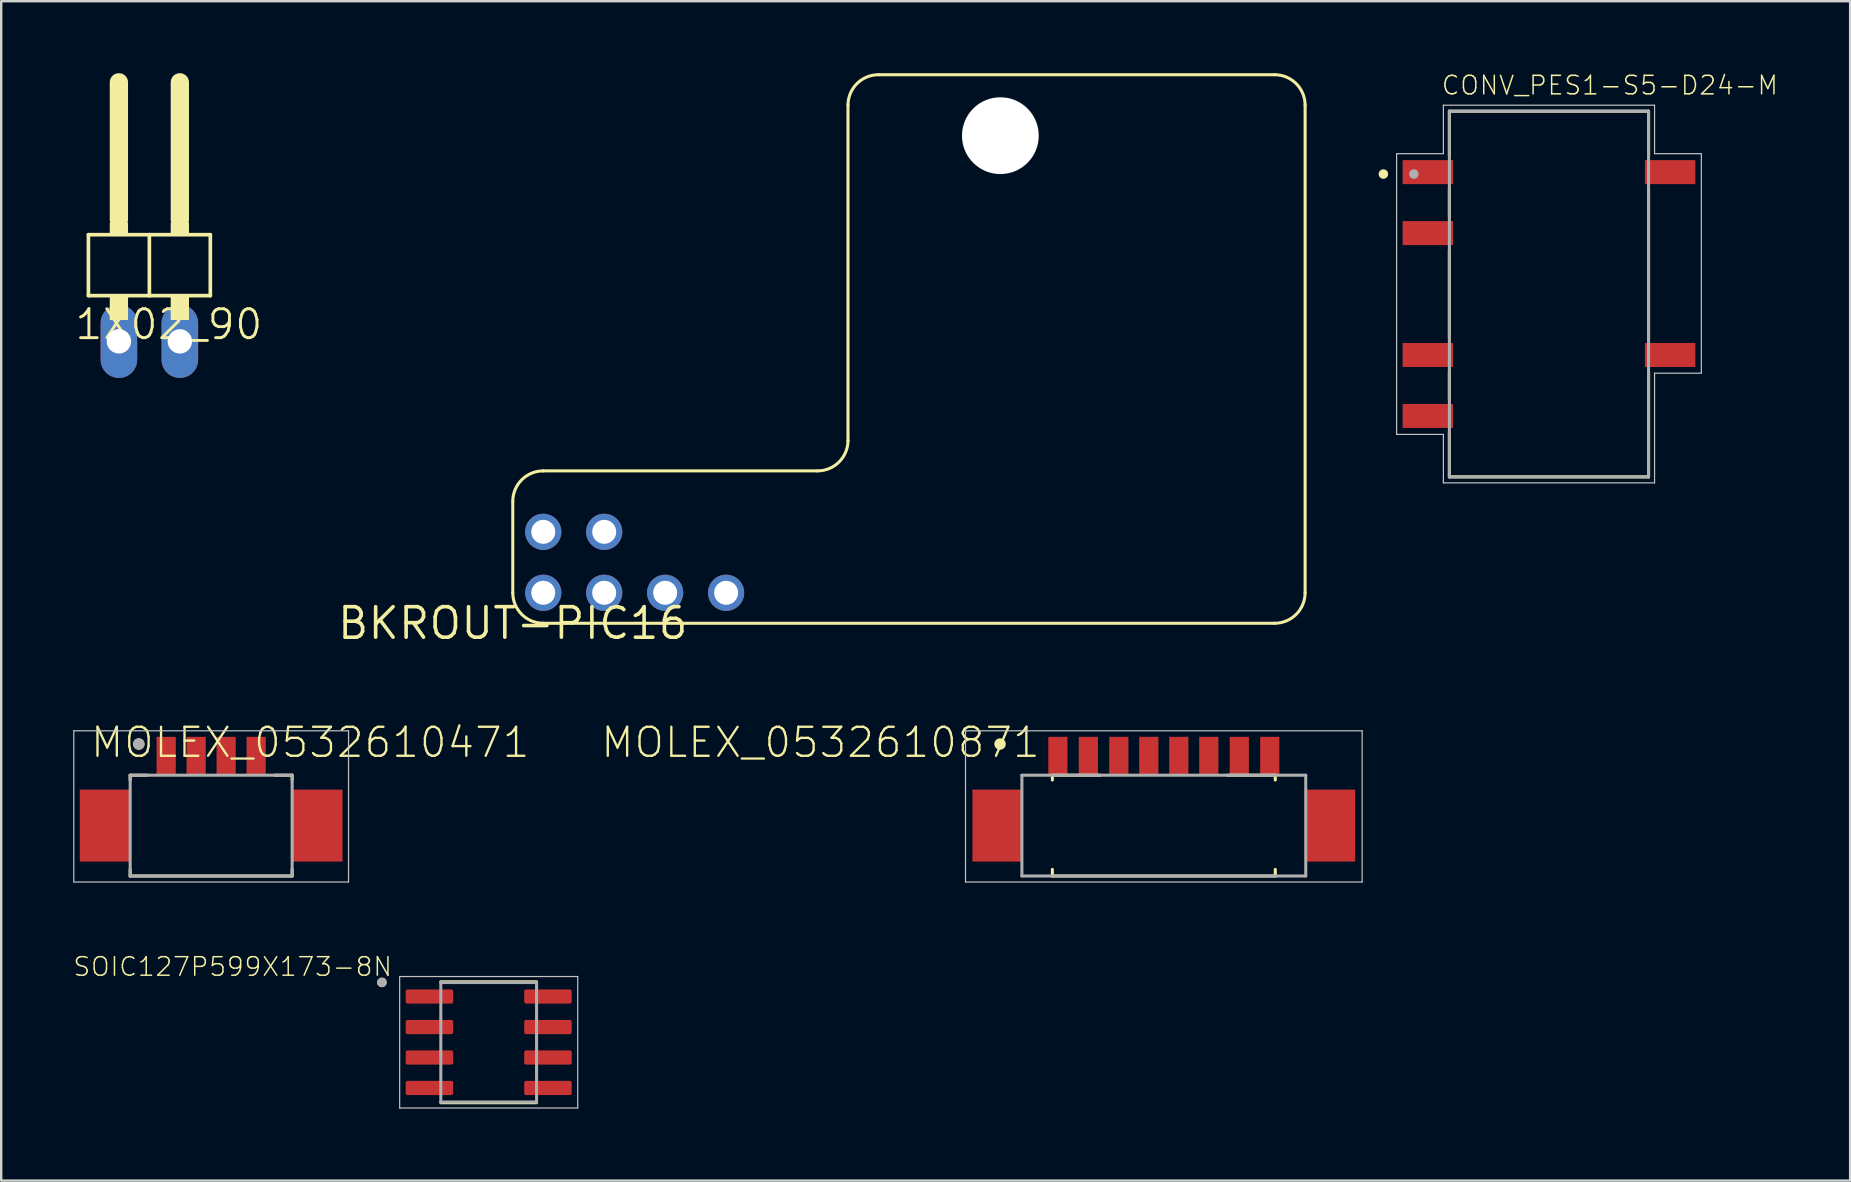
<source format=kicad_pcb>
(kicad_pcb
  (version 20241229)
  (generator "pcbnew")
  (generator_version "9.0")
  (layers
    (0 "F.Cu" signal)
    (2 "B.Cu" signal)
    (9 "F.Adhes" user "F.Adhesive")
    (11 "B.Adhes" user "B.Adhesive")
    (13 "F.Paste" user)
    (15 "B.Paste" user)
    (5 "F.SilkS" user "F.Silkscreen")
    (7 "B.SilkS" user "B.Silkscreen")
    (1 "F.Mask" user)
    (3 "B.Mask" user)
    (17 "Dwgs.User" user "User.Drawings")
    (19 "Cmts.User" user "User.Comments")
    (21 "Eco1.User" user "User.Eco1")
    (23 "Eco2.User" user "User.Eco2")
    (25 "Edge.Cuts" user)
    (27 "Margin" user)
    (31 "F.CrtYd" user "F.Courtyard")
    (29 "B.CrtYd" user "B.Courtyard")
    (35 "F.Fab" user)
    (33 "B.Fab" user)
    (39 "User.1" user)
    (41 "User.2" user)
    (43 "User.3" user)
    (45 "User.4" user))
  (footprint "MOLEX_0532610871"
    (layer "F.Cu")
    (at 45.452 28.457)
    (property "Reference" "MOLEX_0532610871" (at -5.089 -1.272 180) (layer "F.SilkS") (effects (font (size 1.209 1.209) (thickness 0.097)) (justify right top)))
    (attr through_hole)
    (fp_line (start -4.645 0.8) (end -4.645 1) (stroke (width 0.127) (type solid)) (layer "F.SilkS"))
    (fp_line (start -4.645 5) (end -4.645 4.725) (stroke (width 0.127) (type solid)) (layer "F.SilkS"))
    (fp_line (start -4.645 5) (end 4.645 5) (stroke (width 0.127) (type solid)) (layer "F.SilkS"))
    (fp_line (start -2.65 0.8) (end -4.645 0.8) (stroke (width 0.127) (type solid)) (layer "F.SilkS"))
    (fp_line (start 2.65 0.8) (end 4.645 0.8) (stroke (width 0.127) (type solid)) (layer "F.SilkS"))
    (fp_line (start 4.645 0.8) (end 4.645 1) (stroke (width 0.127) (type solid)) (layer "F.SilkS"))
    (fp_line (start 4.645 5) (end 4.645 4.725) (stroke (width 0.127) (type solid)) (layer "F.SilkS"))
    (fp_circle (center -6.825 -0.5) (end -6.705 -0.5) (stroke (width 0.24) (type solid)) (fill no) (layer "F.SilkS"))
    (fp_line (start -8.265 -1.05) (end 8.265 -1.05) (stroke (width 0.05) (type solid)) (layer "Dwgs.User"))
    (fp_line (start -8.265 5.25) (end -8.265 -1.05) (stroke (width 0.05) (type solid)) (layer "Dwgs.User"))
    (fp_line (start 8.265 -1.05) (end 8.265 5.25) (stroke (width 0.05) (type solid)) (layer "Dwgs.User"))
    (fp_line (start 8.265 5.25) (end -8.265 5.25) (stroke (width 0.05) (type solid)) (layer "Dwgs.User"))
    (fp_line (start -5.915 0.8) (end 5.915 0.8) (stroke (width 0.127) (type solid)) (layer "F.Fab"))
    (fp_line (start -5.915 5) (end -5.915 0.8) (stroke (width 0.127) (type solid)) (layer "F.Fab"))
    (fp_line (start -5.915 5) (end 5.915 5) (stroke (width 0.127) (type solid)) (layer "F.Fab"))
    (fp_line (start 5.915 0.8) (end 5.915 5) (stroke (width 0.127) (type solid)) (layer "F.Fab"))
    (pad "1" smd rect (at -4.415 0) (size 0.8 1.6) (layers "F.Cu" "F.Mask" "F.Paste"))
    (pad "2" smd rect (at -3.145 0) (size 0.8 1.6) (layers "F.Cu" "F.Mask" "F.Paste"))
    (pad "3" smd rect (at -1.875 0) (size 0.8 1.6) (layers "F.Cu" "F.Mask" "F.Paste"))
    (pad "4" smd rect (at -0.625 0) (size 0.8 1.6) (layers "F.Cu" "F.Mask" "F.Paste"))
    (pad "5" smd rect (at 0.625 0) (size 0.8 1.6) (layers "F.Cu" "F.Mask" "F.Paste"))
    (pad "6" smd rect (at 1.875 0) (size 0.8 1.6) (layers "F.Cu" "F.Mask" "F.Paste"))
    (pad "7" smd rect (at 3.145 0) (size 0.8 1.6) (layers "F.Cu" "F.Mask" "F.Paste"))
    (pad "8" smd rect (at 4.415 0) (size 0.8 1.6) (layers "F.Cu" "F.Mask" "F.Paste"))
    (pad "S1" smd rect (at -6.925 2.9) (size 2.1 3) (layers "F.Cu" "F.Mask" "F.Paste"))
    (pad "S2" smd rect (at 6.925 2.9) (size 2.1 3) (layers "F.Cu" "F.Mask" "F.Paste")))
  (footprint "CONV_PES1-S5-D24-M"
    (layer "F.Cu")
    (at 61.503 9.204)
    (property "Reference" "CONV_PES1-S5-D24-M" (at -4.525 -8.246 0) (layer "F.SilkS") (effects (font (size 0.772 0.772) (thickness 0.062)) (justify left bottom)))
    (attr through_hole)
    (fp_line (start -4.15 -7.62) (end -4.15 -5.76) (stroke (width 0.127) (type solid)) (layer "F.SilkS"))
    (fp_line (start -4.15 -7.62) (end 4.15 -7.62) (stroke (width 0.127) (type solid)) (layer "F.SilkS"))
    (fp_line (start -4.15 -4.4) (end -4.15 -3.22) (stroke (width 0.127) (type solid)) (layer "F.SilkS"))
    (fp_line (start -4.15 -1.85) (end -4.15 1.85) (stroke (width 0.127) (type solid)) (layer "F.SilkS"))
    (fp_line (start -4.15 3.22) (end -4.15 4.4) (stroke (width 0.127) (type solid)) (layer "F.SilkS"))
    (fp_line (start -4.15 5.77) (end -4.15 7.62) (stroke (width 0.127) (type solid)) (layer "F.SilkS"))
    (fp_line (start 4.15 -7.62) (end 4.15 -5.76) (stroke (width 0.127) (type solid)) (layer "F.SilkS"))
    (fp_line (start 4.15 1.85) (end 4.15 -4.4) (stroke (width 0.127) (type solid)) (layer "F.SilkS"))
    (fp_line (start 4.15 7.62) (end -4.15 7.62) (stroke (width 0.127) (type solid)) (layer "F.SilkS"))
    (fp_line (start 4.15 7.62) (end 4.15 3.22) (stroke (width 0.127) (type solid)) (layer "F.SilkS"))
    (fp_circle (center -6.9 -5) (end -6.8 -5) (stroke (width 0.2) (type solid)) (fill no) (layer "F.SilkS"))
    (fp_line (start -6.35 -5.85) (end -4.4 -5.85) (stroke (width 0.05) (type solid)) (layer "Dwgs.User"))
    (fp_line (start -6.35 5.85) (end -6.35 -5.85) (stroke (width 0.05) (type solid)) (layer "Dwgs.User"))
    (fp_line (start -4.4 -7.87) (end 4.4 -7.87) (stroke (width 0.05) (type solid)) (layer "Dwgs.User"))
    (fp_line (start -4.4 -5.85) (end -4.4 -7.87) (stroke (width 0.05) (type solid)) (layer "Dwgs.User"))
    (fp_line (start -4.4 5.85) (end -6.35 5.85) (stroke (width 0.05) (type solid)) (layer "Dwgs.User"))
    (fp_line (start -4.4 7.87) (end -4.4 5.85) (stroke (width 0.05) (type solid)) (layer "Dwgs.User"))
    (fp_line (start 4.4 -7.87) (end 4.4 -5.85) (stroke (width 0.05) (type solid)) (layer "Dwgs.User"))
    (fp_line (start 4.4 -5.85) (end 6.35 -5.85) (stroke (width 0.05) (type solid)) (layer "Dwgs.User"))
    (fp_line (start 4.4 3.3) (end 4.4 7.87) (stroke (width 0.05) (type solid)) (layer "Dwgs.User"))
    (fp_line (start 4.4 7.87) (end -4.4 7.87) (stroke (width 0.05) (type solid)) (layer "Dwgs.User"))
    (fp_line (start 6.35 -5.85) (end 6.35 3.3) (stroke (width 0.05) (type solid)) (layer "Dwgs.User"))
    (fp_line (start 6.35 3.3) (end 4.4 3.3) (stroke (width 0.05) (type solid)) (layer "Dwgs.User"))
    (fp_line (start -4.15 -7.62) (end 4.15 -7.62) (stroke (width 0.127) (type solid)) (layer "F.Fab"))
    (fp_line (start -4.15 7.62) (end -4.15 -7.62) (stroke (width 0.127) (type solid)) (layer "F.Fab"))
    (fp_line (start 4.15 -7.62) (end 4.15 7.62) (stroke (width 0.127) (type solid)) (layer "F.Fab"))
    (fp_line (start 4.15 7.62) (end -4.15 7.62) (stroke (width 0.127) (type solid)) (layer "F.Fab"))
    (fp_circle (center -5.63 -5) (end -5.53 -5) (stroke (width 0.2) (type solid)) (fill no) (layer "F.Fab"))
    (pad "1" smd rect (at -5.05 -5.08) (size 2.1 1) (layers "F.Cu" "F.Mask" "F.Paste"))
    (pad "2" smd rect (at -5.05 -2.54) (size 2.1 1) (layers "F.Cu" "F.Mask" "F.Paste"))
    (pad "4" smd rect (at -5.05 2.54) (size 2.1 1) (layers "F.Cu" "F.Mask" "F.Paste"))
    (pad "5" smd rect (at -5.05 5.08) (size 2.1 1) (layers "F.Cu" "F.Mask" "F.Paste"))
    (pad "7" smd rect (at 5.05 2.54) (size 2.1 1) (layers "F.Cu" "F.Mask" "F.Paste"))
    (pad "10" smd rect (at 5.05 -5.08) (size 2.1 1) (layers "F.Cu" "F.Mask" "F.Paste")))
  (footprint "BKROUT-PIC16"
    (layer "F.Cu")
    (at 18.32 22.924)
    (property "Reference" "BKROUT-PIC16" (at 0 0 0) (layer "F.SilkS") (effects (font (size 1.27 1.27) (thickness 0.15))))
    (attr through_hole)
    (fp_line (start 0 -1.27) (end 0 -5.08) (stroke (width 0.127) (type solid)) (layer "F.SilkS"))
    (fp_line (start 1.27 -6.35) (end 12.7 -6.35) (stroke (width 0.127) (type solid)) (layer "F.SilkS"))
    (fp_line (start 1.27 0) (end 31.75 0) (stroke (width 0.127) (type solid)) (layer "F.SilkS"))
    (fp_line (start 13.97 -7.62) (end 13.97 -21.59) (stroke (width 0.127) (type solid)) (layer "F.SilkS"))
    (fp_line (start 15.24 -22.86) (end 31.75 -22.86) (stroke (width 0.127) (type solid)) (layer "F.SilkS"))
    (fp_line (start 33.02 -21.59) (end 33.02 -1.27) (stroke (width 0.127) (type solid)) (layer "F.SilkS"))
    (fp_arc (start 0 -5.08) (mid 0.371974 -5.978026) (end 1.27 -6.35) (stroke (width 0.127) (type solid)) (layer "F.SilkS"))
    (fp_arc (start 1.27 0) (mid 0.371974 -0.371974) (end 0 -1.27) (stroke (width 0.127) (type solid)) (layer "F.SilkS"))
    (fp_arc (start 13.97 -21.59) (mid 14.341974 -22.488026) (end 15.24 -22.86) (stroke (width 0.127) (type solid)) (layer "F.SilkS"))
    (fp_arc (start 13.97 -7.62) (mid 13.598026 -6.721974) (end 12.7 -6.35) (stroke (width 0.127) (type solid)) (layer "F.SilkS"))
    (fp_arc (start 31.75 -22.86) (mid 32.648026 -22.488026) (end 33.02 -21.59) (stroke (width 0.127) (type solid)) (layer "F.SilkS"))
    (fp_arc (start 33.02 -1.27) (mid 32.648026 -0.371974) (end 31.75 0) (stroke (width 0.127) (type solid)) (layer "F.SilkS"))
    (pad "" np_thru_hole circle (at 20.32 -20.32) (size 3.2 3.2) (drill 3.2) (layers "*.Cu" "*.Mask"))
    (pad "1" thru_hole circle (at 1.27 -1.27) (size 1.508 1.508) (drill 1) (layers "*.Cu" "*.Mask"))
    (pad "2" thru_hole circle (at 3.81 -1.27) (size 1.508 1.508) (drill 1) (layers "*.Cu" "*.Mask"))
    (pad "3" thru_hole circle (at 6.35 -1.27) (size 1.508 1.508) (drill 1) (layers "*.Cu" "*.Mask"))
    (pad "4" thru_hole circle (at 8.89 -1.27) (size 1.508 1.508) (drill 1) (layers "*.Cu" "*.Mask"))
    (pad "5" thru_hole circle (at 1.27 -3.81) (size 1.508 1.508) (drill 1) (layers "*.Cu" "*.Mask"))
    (pad "6" thru_hole circle (at 3.81 -3.81) (size 1.508 1.508) (drill 1) (layers "*.Cu" "*.Mask")))
  (footprint "1X02_90"
    (layer "F.Cu")
    (at 3.175 7.366)
    (property "Reference" "1X02_90" (at -3.175 3.81 180) (layer "F.SilkS") (effects (font (size 1.206 1.206) (thickness 0.121)) (justify left bottom)))
    (attr through_hole)
    (fp_line (start -2.54 -0.635) (end -2.54 1.905) (stroke (width 0.152) (type solid)) (layer "F.SilkS"))
    (fp_line (start -2.54 1.905) (end 0 1.905) (stroke (width 0.152) (type solid)) (layer "F.SilkS"))
    (fp_line (start -1.27 -6.985) (end -1.27 -1.27) (stroke (width 0.762) (type solid)) (layer "F.SilkS"))
    (fp_line (start 0 -0.635) (end -2.54 -0.635) (stroke (width 0.152) (type solid)) (layer "F.SilkS"))
    (fp_line (start 0 1.905) (end 0 -0.635) (stroke (width 0.152) (type solid)) (layer "F.SilkS"))
    (fp_line (start 0 1.905) (end 2.54 1.905) (stroke (width 0.152) (type solid)) (layer "F.SilkS"))
    (fp_line (start 1.27 -6.985) (end 1.27 -1.27) (stroke (width 0.762) (type solid)) (layer "F.SilkS"))
    (fp_line (start 2.54 -0.635) (end 0 -0.635) (stroke (width 0.152) (type solid)) (layer "F.SilkS"))
    (fp_line (start 2.54 1.905) (end 2.54 -0.635) (stroke (width 0.152) (type solid)) (layer "F.SilkS"))
    (fp_poly (pts (xy -1.651 -0.635) (xy -0.889 -0.635) (xy -0.889 -1.143) (xy -1.651 -1.143)) (stroke (width 0) (type solid)) (fill yes) (layer "F.SilkS"))
    (fp_poly (pts (xy -1.651 2.921) (xy -0.889 2.921) (xy -0.889 1.905) (xy -1.651 1.905)) (stroke (width 0) (type solid)) (fill yes) (layer "F.SilkS"))
    (fp_poly (pts (xy 0.889 -0.635) (xy 1.651 -0.635) (xy 1.651 -1.143) (xy 0.889 -1.143)) (stroke (width 0) (type solid)) (fill yes) (layer "F.SilkS"))
    (fp_poly (pts (xy 0.889 2.921) (xy 1.651 2.921) (xy 1.651 1.905) (xy 0.889 1.905)) (stroke (width 0) (type solid)) (fill yes) (layer "F.SilkS"))
    (pad "1" thru_hole oval (at -1.27 3.81 90) (size 3.048 1.524) (drill 1.016) (layers "*.Cu" "*.Mask"))
    (pad "2" thru_hole oval (at 1.27 3.81 90) (size 3.048 1.524) (drill 1.016) (layers "*.Cu" "*.Mask")))
  (footprint "SOIC127P599X173-8N"
    (layer "F.Cu")
    (at 17.316 40.386)
    (property "Reference" "SOIC127P599X173-8N" (at -3.975 -2.697 180) (layer "F.SilkS") (effects (font (size 0.772 0.772) (thickness 0.062)) (justify right bottom)))
    (attr through_hole)
    (fp_line (start -1.995 -2.52) (end 1.995 -2.52) (stroke (width 0.127) (type solid)) (layer "F.SilkS"))
    (fp_line (start -1.995 2.52) (end 1.995 2.52) (stroke (width 0.127) (type solid)) (layer "F.SilkS"))
    (fp_circle (center -4.45 -2.495) (end -4.35 -2.495) (stroke (width 0.2) (type solid)) (fill no) (layer "F.SilkS"))
    (fp_line (start -3.71 -2.74) (end -3.71 2.74) (stroke (width 0.05) (type solid)) (layer "Dwgs.User"))
    (fp_line (start -3.71 -2.74) (end 3.71 -2.74) (stroke (width 0.05) (type solid)) (layer "Dwgs.User"))
    (fp_line (start -3.71 2.74) (end 3.71 2.74) (stroke (width 0.05) (type solid)) (layer "Dwgs.User"))
    (fp_line (start 3.71 -2.74) (end 3.71 2.74) (stroke (width 0.05) (type solid)) (layer "Dwgs.User"))
    (fp_line (start -1.995 -2.49) (end -1.995 2.49) (stroke (width 0.127) (type solid)) (layer "F.Fab"))
    (fp_line (start -1.995 -2.49) (end 1.995 -2.49) (stroke (width 0.127) (type solid)) (layer "F.Fab"))
    (fp_line (start -1.995 2.49) (end 1.995 2.49) (stroke (width 0.127) (type solid)) (layer "F.Fab"))
    (fp_line (start 1.995 -2.49) (end 1.995 2.49) (stroke (width 0.127) (type solid)) (layer "F.Fab"))
    (fp_circle (center -4.45 -2.495) (end -4.35 -2.495) (stroke (width 0.2) (type solid)) (fill no) (layer "F.Fab"))
    (pad "1" smd roundrect (at -2.47 -1.905) (size 1.98 0.59) (layers "F.Cu" "F.Mask" "F.Paste") (roundrect_rratio 0.125))
    (pad "2" smd roundrect (at -2.47 -0.635) (size 1.98 0.59) (layers "F.Cu" "F.Mask" "F.Paste") (roundrect_rratio 0.125))
    (pad "3" smd roundrect (at -2.47 0.635) (size 1.98 0.59) (layers "F.Cu" "F.Mask" "F.Paste") (roundrect_rratio 0.125))
    (pad "4" smd roundrect (at -2.47 1.905) (size 1.98 0.59) (layers "F.Cu" "F.Mask" "F.Paste") (roundrect_rratio 0.125))
    (pad "5" smd roundrect (at 2.47 1.905) (size 1.98 0.59) (layers "F.Cu" "F.Mask" "F.Paste") (roundrect_rratio 0.125))
    (pad "6" smd roundrect (at 2.47 0.635) (size 1.98 0.59) (layers "F.Cu" "F.Mask" "F.Paste") (roundrect_rratio 0.125))
    (pad "7" smd roundrect (at 2.47 -0.635) (size 1.98 0.59) (layers "F.Cu" "F.Mask" "F.Paste") (roundrect_rratio 0.125))
    (pad "8" smd roundrect (at 2.47 -1.905) (size 1.98 0.59) (layers "F.Cu" "F.Mask" "F.Paste") (roundrect_rratio 0.125)))
  (footprint "MOLEX_0532610471"
    (layer "F.Cu")
    (at 5.75 28.457)
    (property "Reference" "MOLEX_0532610471" (at -5.089 -1.272 0) (layer "F.SilkS") (effects (font (size 1.209 1.209) (thickness 0.097)) (justify left top)))
    (attr through_hole)
    (fp_line (start -3.375 0.8) (end -3.375 1) (stroke (width 0.127) (type solid)) (layer "F.SilkS"))
    (fp_line (start -3.375 5) (end -3.375 4.725) (stroke (width 0.127) (type solid)) (layer "F.SilkS"))
    (fp_line (start -3.375 5) (end 3.375 5) (stroke (width 0.127) (type solid)) (layer "F.SilkS"))
    (fp_line (start -2.65 0.8) (end -3.375 0.8) (stroke (width 0.127) (type solid)) (layer "F.SilkS"))
    (fp_line (start 2.65 0.8) (end 3.375 0.8) (stroke (width 0.127) (type solid)) (layer "F.SilkS"))
    (fp_line (start 3.375 0.8) (end 3.375 1) (stroke (width 0.127) (type solid)) (layer "F.SilkS"))
    (fp_line (start 3.375 5) (end 3.375 4.725) (stroke (width 0.127) (type solid)) (layer "F.SilkS"))
    (fp_circle (center -3.015 -0.5) (end -2.895 -0.5) (stroke (width 0.24) (type solid)) (fill no) (layer "F.SilkS"))
    (fp_line (start -5.725 -1.05) (end 5.725 -1.05) (stroke (width 0.05) (type solid)) (layer "Dwgs.User"))
    (fp_line (start -5.725 5.25) (end -5.725 -1.05) (stroke (width 0.05) (type solid)) (layer "Dwgs.User"))
    (fp_line (start 5.725 -1.05) (end 5.725 5.25) (stroke (width 0.05) (type solid)) (layer "Dwgs.User"))
    (fp_line (start 5.725 5.25) (end -5.725 5.25) (stroke (width 0.05) (type solid)) (layer "Dwgs.User"))
    (fp_line (start -3.375 0.8) (end 3.375 0.8) (stroke (width 0.127) (type solid)) (layer "F.Fab"))
    (fp_line (start -3.375 5) (end -3.375 0.8) (stroke (width 0.127) (type solid)) (layer "F.Fab"))
    (fp_line (start -3.375 5) (end 3.375 5) (stroke (width 0.127) (type solid)) (layer "F.Fab"))
    (fp_line (start 3.375 0.8) (end 3.375 5) (stroke (width 0.127) (type solid)) (layer "F.Fab"))
    (fp_circle (center -3.015 -0.5) (end -2.895 -0.5) (stroke (width 0.24) (type solid)) (fill no) (layer "F.Fab"))
    (pad "1" smd rect (at -1.875 0) (size 0.8 1.6) (layers "F.Cu" "F.Mask" "F.Paste"))
    (pad "2" smd rect (at -0.625 0) (size 0.8 1.6) (layers "F.Cu" "F.Mask" "F.Paste"))
    (pad "3" smd rect (at 0.625 0) (size 0.8 1.6) (layers "F.Cu" "F.Mask" "F.Paste"))
    (pad "4" smd rect (at 1.875 0) (size 0.8 1.6) (layers "F.Cu" "F.Mask" "F.Paste"))
    (pad "S1" smd rect (at -4.425 2.9) (size 2.1 3) (layers "F.Cu" "F.Mask" "F.Paste"))
    (pad "S2" smd rect (at 4.425 2.9) (size 2.1 3) (layers "F.Cu" "F.Mask" "F.Paste")))
  (gr_rect
    (start -3 -3)
    (end 74.054 46.151)
    (stroke (width 0.1) (type default))
    (fill no)
    (layer "Edge.Cuts")))
</source>
